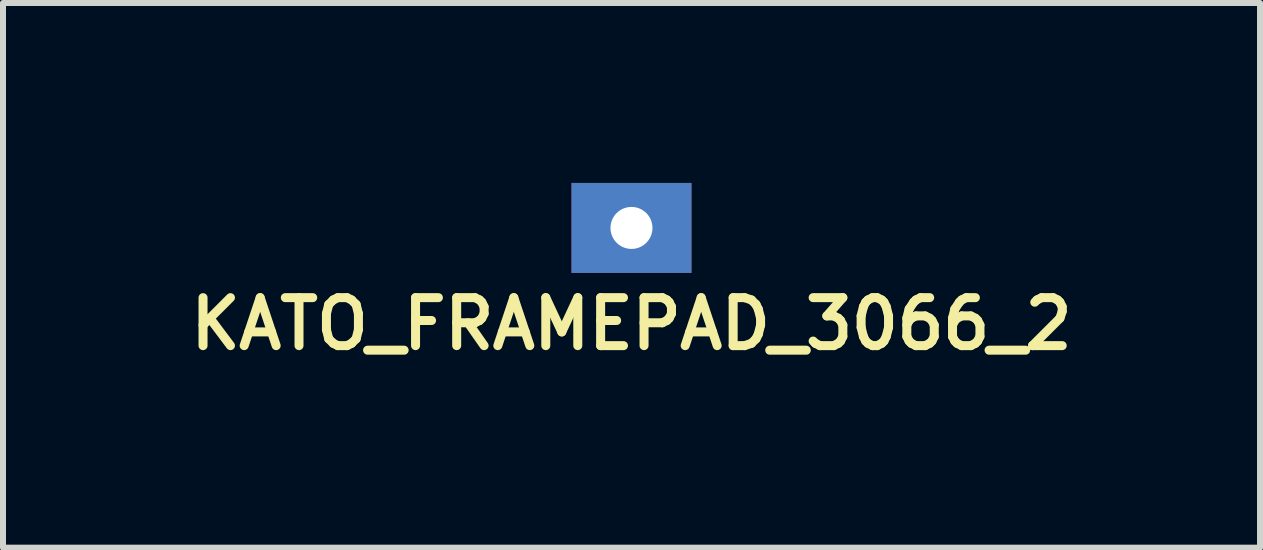
<source format=kicad_pcb>
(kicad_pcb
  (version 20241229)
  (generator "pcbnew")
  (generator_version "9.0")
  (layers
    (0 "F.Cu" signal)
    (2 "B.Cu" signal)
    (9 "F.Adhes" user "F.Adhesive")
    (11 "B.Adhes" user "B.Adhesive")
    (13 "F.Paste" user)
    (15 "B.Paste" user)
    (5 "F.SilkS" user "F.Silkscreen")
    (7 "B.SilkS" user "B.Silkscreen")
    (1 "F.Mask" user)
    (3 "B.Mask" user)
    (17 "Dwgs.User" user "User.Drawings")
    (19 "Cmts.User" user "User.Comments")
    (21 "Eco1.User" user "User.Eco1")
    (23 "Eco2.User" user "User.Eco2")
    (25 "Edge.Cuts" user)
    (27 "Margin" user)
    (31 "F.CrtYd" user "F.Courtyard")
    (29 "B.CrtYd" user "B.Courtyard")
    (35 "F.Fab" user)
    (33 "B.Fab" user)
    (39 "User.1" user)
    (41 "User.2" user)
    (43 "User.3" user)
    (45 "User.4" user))
  (footprint "KATO_FRAMEPAD_3066_2"
    (layer "F.Cu")
    (at 7.478 0.75)
    (property "Reference" "KATO_FRAMEPAD_3066_2" (at 0 1.6 0) (layer "F.SilkS") (effects (font (size 0.8 0.8) (thickness 0.15))))
    (attr through_hole)
    (pad "1" thru_hole rect (at 0 0) (size 2 1.5) (drill 0.7) (layers "*.Cu" "*.Mask")))
  (gr_rect
    (start -3 -3)
    (end 17.957 6.081)
    (stroke (width 0.1) (type default))
    (fill no)
    (layer "Edge.Cuts")))
</source>
